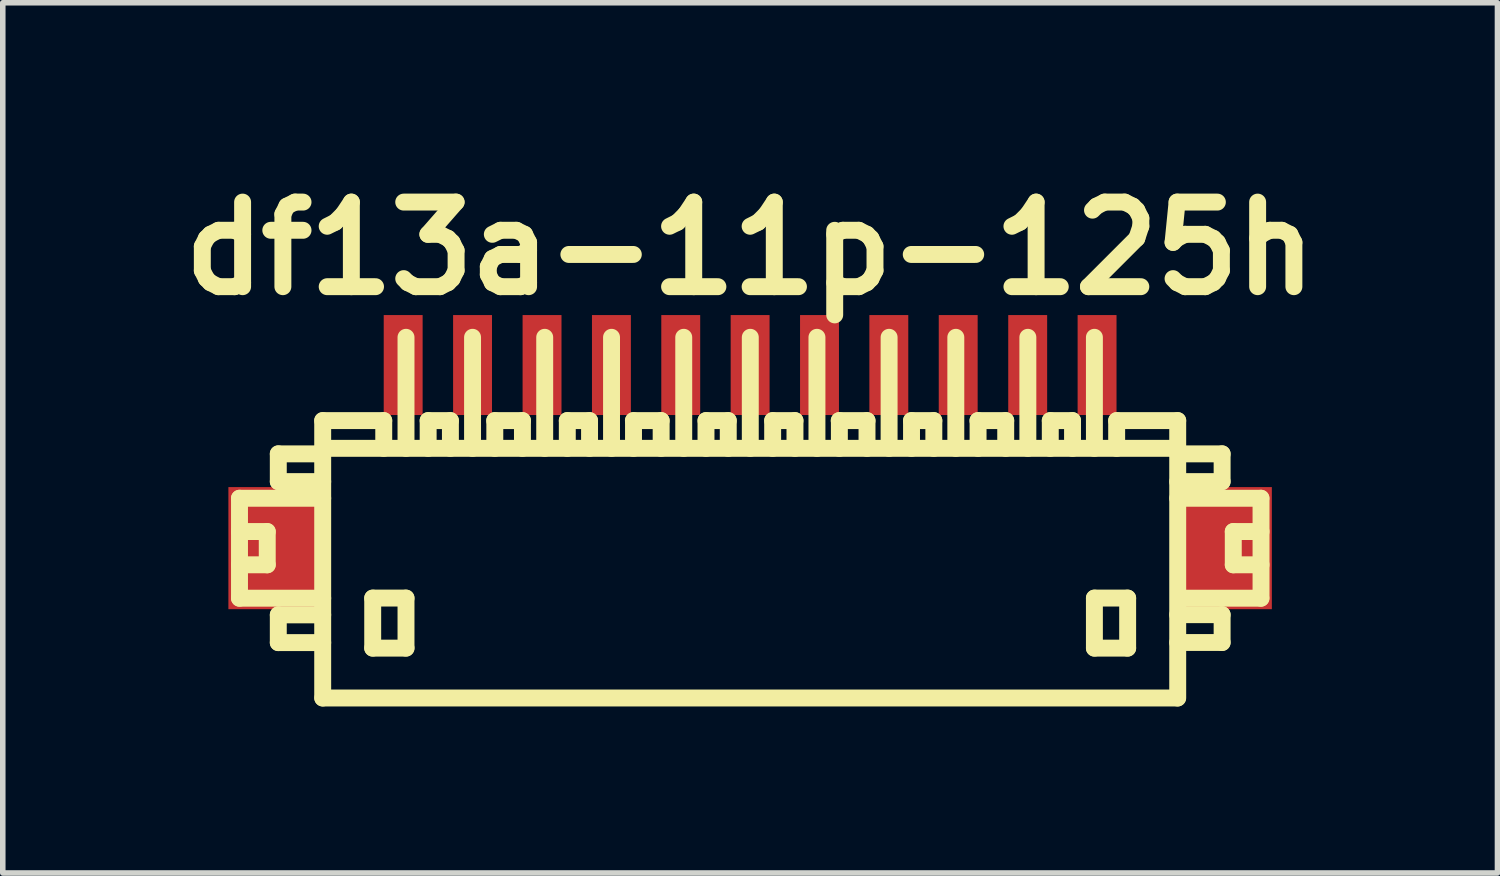
<source format=kicad_pcb>
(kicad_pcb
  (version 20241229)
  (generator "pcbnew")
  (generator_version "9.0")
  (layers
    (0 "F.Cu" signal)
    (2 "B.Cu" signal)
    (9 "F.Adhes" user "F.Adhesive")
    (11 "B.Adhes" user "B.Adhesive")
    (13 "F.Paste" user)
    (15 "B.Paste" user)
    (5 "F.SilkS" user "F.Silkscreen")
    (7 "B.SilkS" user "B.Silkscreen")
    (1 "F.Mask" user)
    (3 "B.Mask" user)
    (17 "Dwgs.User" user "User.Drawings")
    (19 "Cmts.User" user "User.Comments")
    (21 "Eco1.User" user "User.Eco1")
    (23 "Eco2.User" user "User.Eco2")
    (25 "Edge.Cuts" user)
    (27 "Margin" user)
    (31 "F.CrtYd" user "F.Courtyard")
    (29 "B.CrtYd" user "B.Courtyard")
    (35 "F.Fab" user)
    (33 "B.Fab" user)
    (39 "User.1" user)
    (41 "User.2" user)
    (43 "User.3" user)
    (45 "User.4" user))
  (footprint "df13a-11p-125h"
    (layer "F.Cu")
    (at 10.465 7.027)
    (property "Reference" "df13a-11p-125h" (at 0 -5.601 0) (layer "F.SilkS") (effects (font (size 1.524 1.524) (thickness 0.305))))
    (attr through_hole)
    (fp_line (start -9.2 -1.1) (end -9.2 0.701) (stroke (width 0.305) (type solid)) (layer "F.SilkS"))
    (fp_line (start -9.2 0.701) (end -7.701 0.701) (stroke (width 0.305) (type solid)) (layer "F.SilkS"))
    (fp_line (start -8.7 -0.5) (end -9.2 -0.5) (stroke (width 0.305) (type solid)) (layer "F.SilkS"))
    (fp_line (start -8.7 0.099) (end -9.2 0.099) (stroke (width 0.305) (type solid)) (layer "F.SilkS"))
    (fp_line (start -8.7 0.099) (end -8.7 -0.5) (stroke (width 0.305) (type solid)) (layer "F.SilkS"))
    (fp_line (start -8.501 -1.9) (end -8.501 -1.4) (stroke (width 0.305) (type solid)) (layer "F.SilkS"))
    (fp_line (start -8.501 -1.9) (end -7.701 -1.9) (stroke (width 0.305) (type solid)) (layer "F.SilkS"))
    (fp_line (start -8.501 1.001) (end -8.501 1.501) (stroke (width 0.305) (type solid)) (layer "F.SilkS"))
    (fp_line (start -8.501 1.501) (end -7.701 1.501) (stroke (width 0.305) (type solid)) (layer "F.SilkS"))
    (fp_line (start -7.701 -1.4) (end -8.501 -1.4) (stroke (width 0.305) (type solid)) (layer "F.SilkS"))
    (fp_line (start -7.701 -1.1) (end -9.2 -1.1) (stroke (width 0.305) (type solid)) (layer "F.SilkS"))
    (fp_line (start -7.701 1.001) (end -8.501 1.001) (stroke (width 0.305) (type solid)) (layer "F.SilkS"))
    (fp_line (start -7.701 2.499) (end -7.701 -2.499) (stroke (width 0.305) (type solid)) (layer "F.SilkS"))
    (fp_line (start -7.699 2.499) (end 7.699 2.499) (stroke (width 0.305) (type solid)) (layer "F.SilkS"))
    (fp_line (start -6.8 0.699) (end -6.8 1.6) (stroke (width 0.305) (type solid)) (layer "F.SilkS"))
    (fp_line (start -6.8 1.6) (end -6.2 1.6) (stroke (width 0.305) (type solid)) (layer "F.SilkS"))
    (fp_line (start -6.601 -2.499) (end -7.701 -2.499) (stroke (width 0.305) (type solid)) (layer "F.SilkS"))
    (fp_line (start -6.601 -2.499) (end -6.601 -1.999) (stroke (width 0.305) (type solid)) (layer "F.SilkS"))
    (fp_line (start -6.2 -4) (end -6.2 -1.999) (stroke (width 0.305) (type solid)) (layer "F.SilkS"))
    (fp_line (start -6.2 0.699) (end -6.8 0.699) (stroke (width 0.305) (type solid)) (layer "F.SilkS"))
    (fp_line (start -6.2 1.6) (end -6.2 0.699) (stroke (width 0.305) (type solid)) (layer "F.SilkS"))
    (fp_line (start -5.801 -2.499) (end -5.801 -1.999) (stroke (width 0.305) (type solid)) (layer "F.SilkS"))
    (fp_line (start -5.4 -2.499) (end -5.801 -2.499) (stroke (width 0.305) (type solid)) (layer "F.SilkS"))
    (fp_line (start -5.4 -2.499) (end -5.4 -1.999) (stroke (width 0.305) (type solid)) (layer "F.SilkS"))
    (fp_line (start -5.001 -1.999) (end -5.001 -4) (stroke (width 0.305) (type solid)) (layer "F.SilkS"))
    (fp_line (start -4.602 -2.499) (end -4.102 -2.499) (stroke (width 0.305) (type solid)) (layer "F.SilkS"))
    (fp_line (start -4.6 -1.999) (end -4.6 -2.499) (stroke (width 0.305) (type solid)) (layer "F.SilkS"))
    (fp_line (start -4.102 -2.499) (end -4.102 -1.999) (stroke (width 0.305) (type solid)) (layer "F.SilkS"))
    (fp_line (start -3.701 -1.999) (end -3.701 -4) (stroke (width 0.305) (type solid)) (layer "F.SilkS"))
    (fp_line (start -3.294 -2.499) (end -3.294 -1.999) (stroke (width 0.305) (type solid)) (layer "F.SilkS"))
    (fp_line (start -2.893 -2.499) (end -3.294 -2.499) (stroke (width 0.305) (type solid)) (layer "F.SilkS"))
    (fp_line (start -2.893 -2.499) (end -2.893 -1.999) (stroke (width 0.305) (type solid)) (layer "F.SilkS"))
    (fp_line (start -2.497 -1.999) (end -2.497 -4) (stroke (width 0.305) (type solid)) (layer "F.SilkS"))
    (fp_line (start -2.103 -2.499) (end -1.603 -2.499) (stroke (width 0.305) (type solid)) (layer "F.SilkS"))
    (fp_line (start -2.101 -1.999) (end -2.101 -2.499) (stroke (width 0.305) (type solid)) (layer "F.SilkS"))
    (fp_line (start -1.603 -2.499) (end -1.603 -1.999) (stroke (width 0.305) (type solid)) (layer "F.SilkS"))
    (fp_line (start -1.196 -1.999) (end -1.196 -4) (stroke (width 0.305) (type solid)) (layer "F.SilkS"))
    (fp_line (start -0.795 -2.499) (end -0.795 -1.999) (stroke (width 0.305) (type solid)) (layer "F.SilkS"))
    (fp_line (start -0.394 -2.499) (end -0.795 -2.499) (stroke (width 0.305) (type solid)) (layer "F.SilkS"))
    (fp_line (start -0.394 -2.499) (end -0.394 -1.999) (stroke (width 0.305) (type solid)) (layer "F.SilkS"))
    (fp_line (start 0.003 -1.999) (end 0.003 -4) (stroke (width 0.305) (type solid)) (layer "F.SilkS"))
    (fp_line (start 0.406 -2.499) (end 0.406 -1.999) (stroke (width 0.305) (type solid)) (layer "F.SilkS"))
    (fp_line (start 0.808 -2.499) (end 0.406 -2.499) (stroke (width 0.305) (type solid)) (layer "F.SilkS"))
    (fp_line (start 0.808 -2.499) (end 0.808 -1.999) (stroke (width 0.305) (type solid)) (layer "F.SilkS"))
    (fp_line (start 1.204 -1.999) (end 1.204 -4) (stroke (width 0.305) (type solid)) (layer "F.SilkS"))
    (fp_line (start 1.605 -2.499) (end 2.106 -2.499) (stroke (width 0.305) (type solid)) (layer "F.SilkS"))
    (fp_line (start 1.608 -1.999) (end 1.608 -2.499) (stroke (width 0.305) (type solid)) (layer "F.SilkS"))
    (fp_line (start 2.106 -2.499) (end 2.106 -1.999) (stroke (width 0.305) (type solid)) (layer "F.SilkS"))
    (fp_line (start 2.504 -1.999) (end 2.504 -4) (stroke (width 0.305) (type solid)) (layer "F.SilkS"))
    (fp_line (start 2.908 -2.499) (end 2.908 -1.999) (stroke (width 0.305) (type solid)) (layer "F.SilkS"))
    (fp_line (start 3.31 -2.499) (end 2.908 -2.499) (stroke (width 0.305) (type solid)) (layer "F.SilkS"))
    (fp_line (start 3.31 -2.499) (end 3.31 -1.999) (stroke (width 0.305) (type solid)) (layer "F.SilkS"))
    (fp_line (start 3.706 -1.999) (end 3.706 -4) (stroke (width 0.305) (type solid)) (layer "F.SilkS"))
    (fp_line (start 4.105 -2.499) (end 4.605 -2.499) (stroke (width 0.305) (type solid)) (layer "F.SilkS"))
    (fp_line (start 4.107 -1.999) (end 4.107 -2.499) (stroke (width 0.305) (type solid)) (layer "F.SilkS"))
    (fp_line (start 4.605 -2.499) (end 4.605 -1.999) (stroke (width 0.305) (type solid)) (layer "F.SilkS"))
    (fp_line (start 5.004 -1.999) (end 5.004 -4) (stroke (width 0.305) (type solid)) (layer "F.SilkS"))
    (fp_line (start 5.408 -2.499) (end 5.408 -1.999) (stroke (width 0.305) (type solid)) (layer "F.SilkS"))
    (fp_line (start 5.809 -2.499) (end 5.408 -2.499) (stroke (width 0.305) (type solid)) (layer "F.SilkS"))
    (fp_line (start 5.809 -2.499) (end 5.809 -1.999) (stroke (width 0.305) (type solid)) (layer "F.SilkS"))
    (fp_line (start 6.203 -1.999) (end 6.203 -4) (stroke (width 0.305) (type solid)) (layer "F.SilkS"))
    (fp_line (start 6.203 0.699) (end 6.802 0.699) (stroke (width 0.305) (type solid)) (layer "F.SilkS"))
    (fp_line (start 6.203 1.6) (end 6.203 0.699) (stroke (width 0.305) (type solid)) (layer "F.SilkS"))
    (fp_line (start 6.604 -2.499) (end 6.604 -1.999) (stroke (width 0.305) (type solid)) (layer "F.SilkS"))
    (fp_line (start 6.802 0.699) (end 6.802 1.6) (stroke (width 0.305) (type solid)) (layer "F.SilkS"))
    (fp_line (start 6.802 1.6) (end 6.203 1.6) (stroke (width 0.305) (type solid)) (layer "F.SilkS"))
    (fp_line (start 7.699 -1.999) (end -7.699 -1.999) (stroke (width 0.305) (type solid)) (layer "F.SilkS"))
    (fp_line (start 7.704 -2.499) (end 6.604 -2.499) (stroke (width 0.305) (type solid)) (layer "F.SilkS"))
    (fp_line (start 7.704 -2.499) (end 7.704 2.499) (stroke (width 0.305) (type solid)) (layer "F.SilkS"))
    (fp_line (start 7.704 -1.9) (end 8.504 -1.9) (stroke (width 0.305) (type solid)) (layer "F.SilkS"))
    (fp_line (start 7.704 0.998) (end 8.504 0.998) (stroke (width 0.305) (type solid)) (layer "F.SilkS"))
    (fp_line (start 8.504 -1.9) (end 8.504 -1.4) (stroke (width 0.305) (type solid)) (layer "F.SilkS"))
    (fp_line (start 8.504 -1.4) (end 7.704 -1.4) (stroke (width 0.305) (type solid)) (layer "F.SilkS"))
    (fp_line (start 8.504 0.998) (end 8.504 1.499) (stroke (width 0.305) (type solid)) (layer "F.SilkS"))
    (fp_line (start 8.504 1.499) (end 7.704 1.499) (stroke (width 0.305) (type solid)) (layer "F.SilkS"))
    (fp_line (start 8.705 0.099) (end 8.705 -0.5) (stroke (width 0.305) (type solid)) (layer "F.SilkS"))
    (fp_line (start 9.202 -1.1) (end 7.704 -1.1) (stroke (width 0.305) (type solid)) (layer "F.SilkS"))
    (fp_line (start 9.202 0.701) (end 7.803 0.701) (stroke (width 0.305) (type solid)) (layer "F.SilkS"))
    (fp_line (start 9.205 -1.1) (end 9.205 0.701) (stroke (width 0.305) (type solid)) (layer "F.SilkS"))
    (fp_line (start 9.205 -0.5) (end 8.705 -0.5) (stroke (width 0.305) (type solid)) (layer "F.SilkS"))
    (fp_line (start 9.205 0.099) (end 8.705 0.099) (stroke (width 0.305) (type solid)) (layer "F.SilkS"))
    (pad "" smd rect (at -8.6 -0.201) (size 1.6 2.2) (layers "F.Cu" "F.Mask" "F.Paste"))
    (pad "" smd rect (at 8.6 -0.201) (size 1.6 2.2) (layers "F.Cu" "F.Mask" "F.Paste"))
    (pad "1" smd rect (at 6.251 -3.5) (size 0.701 1.801) (layers "F.Cu" "F.Mask" "F.Paste"))
    (pad "2" smd rect (at 5.001 -3.5) (size 0.701 1.801) (layers "F.Cu" "F.Mask" "F.Paste"))
    (pad "3" smd rect (at 3.749 -3.5) (size 0.701 1.801) (layers "F.Cu" "F.Mask" "F.Paste"))
    (pad "4" smd rect (at 2.499 -3.5) (size 0.701 1.801) (layers "F.Cu" "F.Mask" "F.Paste"))
    (pad "5" smd rect (at 1.25 -3.5) (size 0.701 1.801) (layers "F.Cu" "F.Mask" "F.Paste"))
    (pad "6" smd rect (at 0 -3.5) (size 0.701 1.801) (layers "F.Cu" "F.Mask" "F.Paste"))
    (pad "7" smd rect (at -1.25 -3.5) (size 0.701 1.801) (layers "F.Cu" "F.Mask" "F.Paste"))
    (pad "8" smd rect (at -2.499 -3.5) (size 0.701 1.801) (layers "F.Cu" "F.Mask" "F.Paste"))
    (pad "9" smd rect (at -3.749 -3.5) (size 0.701 1.801) (layers "F.Cu" "F.Mask" "F.Paste"))
    (pad "10" smd rect (at -5.001 -3.5) (size 0.701 1.801) (layers "F.Cu" "F.Mask" "F.Paste"))
    (pad "11" smd rect (at -6.251 -3.5) (size 0.701 1.801) (layers "F.Cu" "F.Mask" "F.Paste")))
  (gr_rect
    (start -3 -3)
    (end 23.93 12.679)
    (stroke (width 0.1) (type default))
    (fill no)
    (layer "Edge.Cuts")))
</source>
